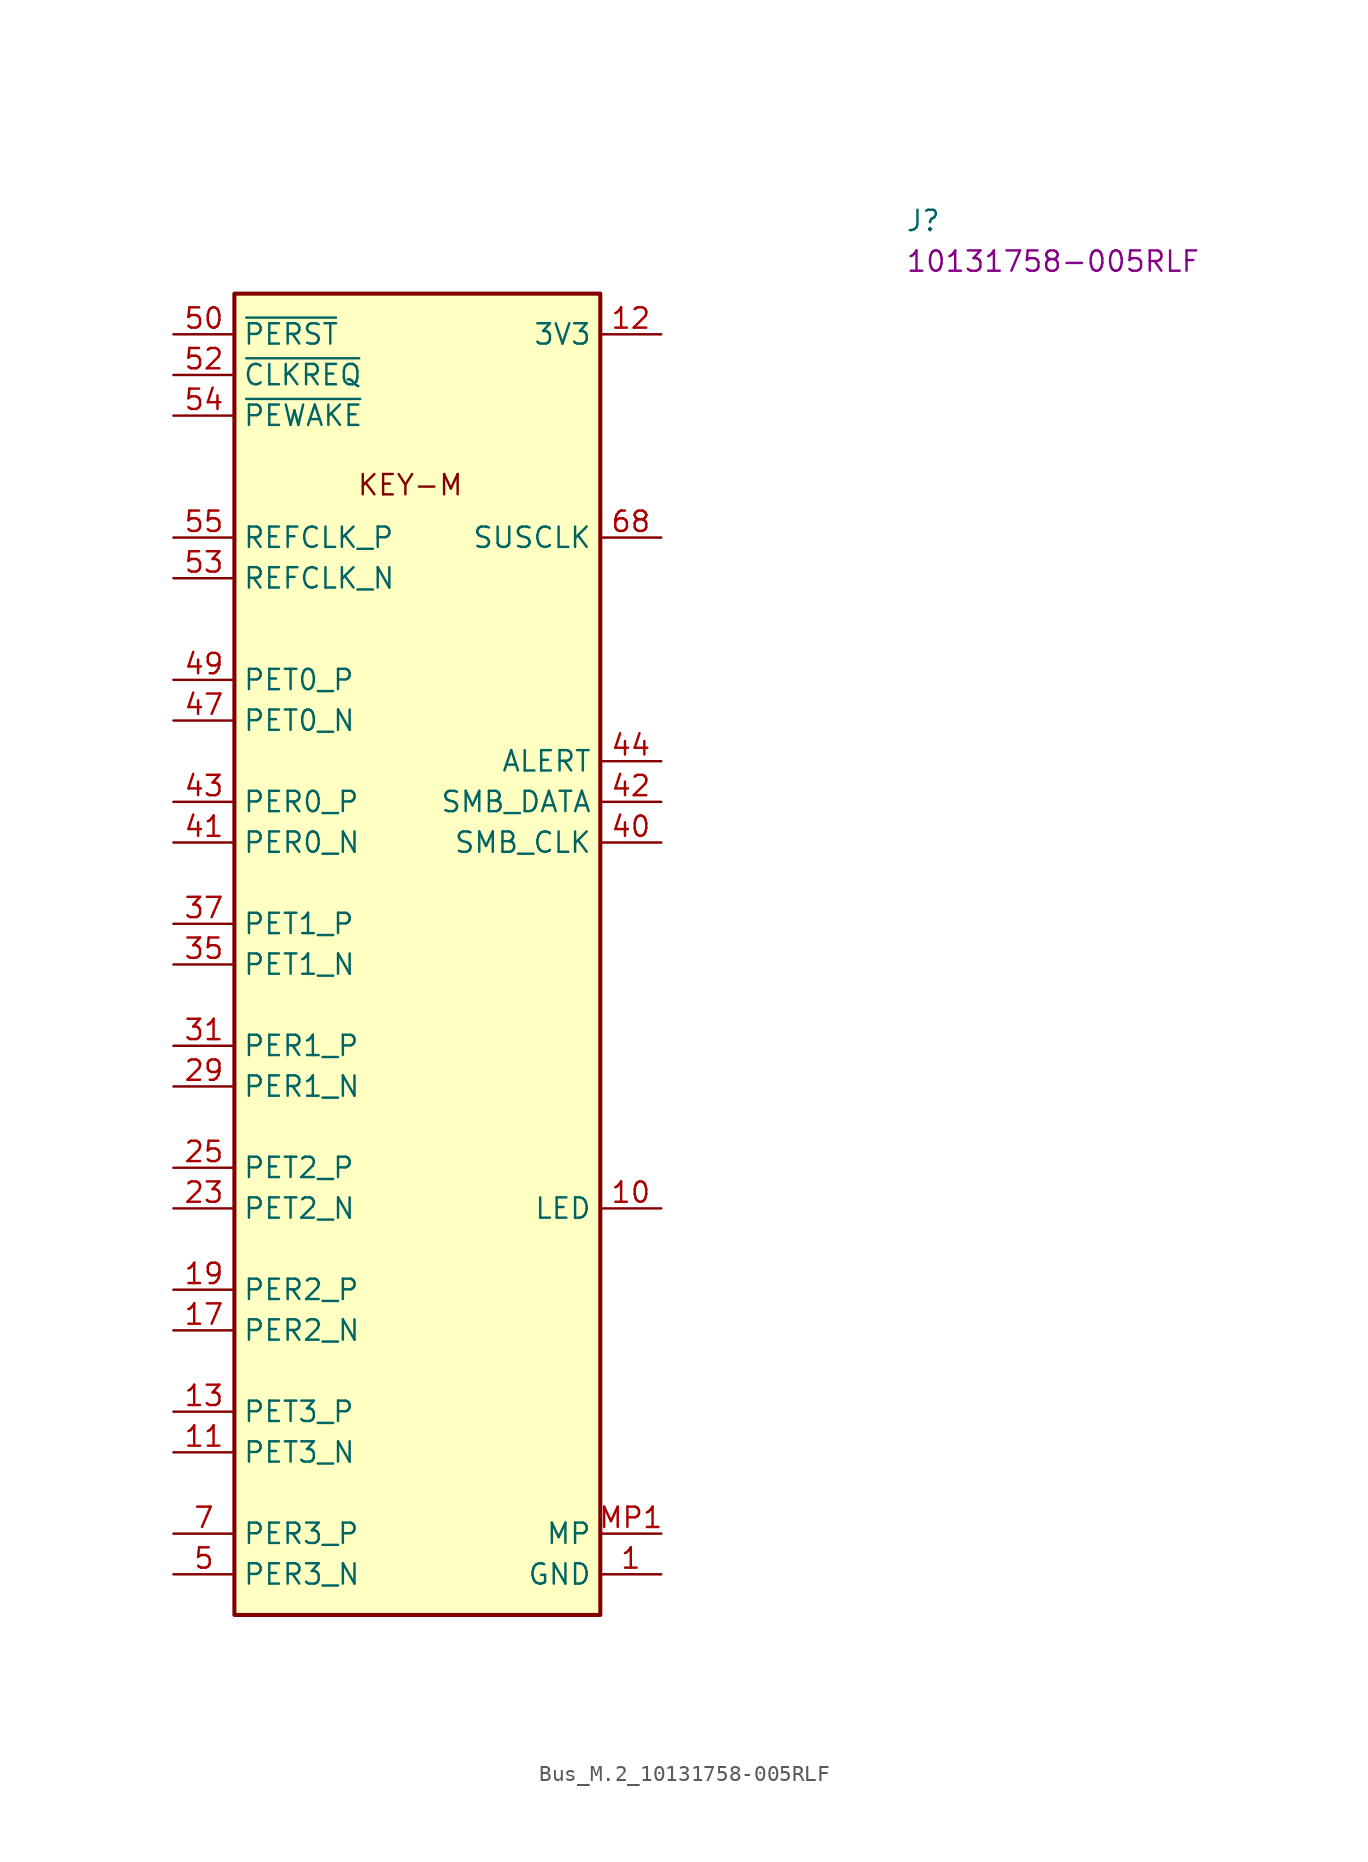
<source format=kicad_sym>
(kicad_symbol_lib
  (version 20220914)
  (generator kicad_symbol_editor)
  (symbol "Bus_M.2_10131758-005RLF"
    (property "Reference" "J"
      (at 45.72 6.35 0)
      (effects (font (size 1.27 1.27) (thickness 0.15)) (justify left bottom)))
    (property "MPN" "10131758-005RLF"
      (at 45.72 3.81 0)
      (effects (font (size 1.27 1.27) (thickness 0.15)) (justify left bottom)))
    (symbol "Bus_M.2_10131758-005RLF_1_1"
      (rectangle (start 3.81 2.54) (end 26.67 -80.01) (stroke (width 0.254) (type default)) (fill (type background)))
      (text "KEY-M" (at 11.43 -10.16 0) (effects (font (size 1.27 1.27) (thickness 0.15)) (justify left bottom)))
      (pin power_in line (at 30.48 -77.47 180) (length 3.81) (name "GND" (effects (font (size 1.27 1.27)))) (number "1" (effects (font (size 1.27 1.27)))))
      (pin passive line (at 30.48 -54.61 180) (length 3.81) (name "LED" (effects (font (size 1.27 1.27)))) (number "10" (effects (font (size 1.27 1.27)))))
      (pin input line (at 0 -69.85 0) (length 3.81) (name "PET3_N" (effects (font (size 1.27 1.27)))) (number "11" (effects (font (size 1.27 1.27)))))
      (pin passive line (at 30.48 0 180) (length 3.81) (name "3V3" (effects (font (size 1.27 1.27)))) (number "12" (effects (font (size 1.27 1.27)))))
      (pin input line (at 0 -67.31 0) (length 3.81) (name "PET3_P" (effects (font (size 1.27 1.27)))) (number "13" (effects (font (size 1.27 1.27)))))
      (pin passive line (at 30.48 0 180) (length 3.81) hide (name "3V3" (effects (font (size 1.27 1.27)))) (number "14" (effects (font (size 1.27 1.27)))))
      (pin passive line (at 30.48 -77.47 180) (length 3.81) hide (name "GND" (effects (font (size 1.27 1.27)))) (number "15" (effects (font (size 1.27 1.27)))))
      (pin passive line (at 30.48 0 180) (length 3.81) hide (name "3V3" (effects (font (size 1.27 1.27)))) (number "16" (effects (font (size 1.27 1.27)))))
      (pin output line (at 0 -62.23 0) (length 3.81) (name "PER2_N" (effects (font (size 1.27 1.27)))) (number "17" (effects (font (size 1.27 1.27)))))
      (pin passive line (at 30.48 0 180) (length 3.81) hide (name "3V3" (effects (font (size 1.27 1.27)))) (number "18" (effects (font (size 1.27 1.27)))))
      (pin output line (at 0 -59.69 0) (length 3.81) (name "PER2_P" (effects (font (size 1.27 1.27)))) (number "19" (effects (font (size 1.27 1.27)))))
      (pin passive line (at 30.48 0 180) (length 3.81) hide (name "3V3" (effects (font (size 1.27 1.27)))) (number "2" (effects (font (size 1.27 1.27)))))
      (pin no_connect line (at 26.67 -44.45 180) (length 3.81) hide (name "NC" (effects (font (size 1.27 1.27)))) (number "20" (effects (font (size 1.27 1.27)))))
      (pin passive line (at 30.48 -77.47 180) (length 3.81) hide (name "GND" (effects (font (size 1.27 1.27)))) (number "21" (effects (font (size 1.27 1.27)))))
      (pin no_connect line (at 26.67 -45.72 180) (length 3.81) hide (name "NC" (effects (font (size 1.27 1.27)))) (number "22" (effects (font (size 1.27 1.27)))))
      (pin input line (at 0 -54.61 0) (length 3.81) (name "PET2_N" (effects (font (size 1.27 1.27)))) (number "23" (effects (font (size 1.27 1.27)))))
      (pin no_connect line (at 26.67 -46.99 180) (length 3.81) hide (name "NC" (effects (font (size 1.27 1.27)))) (number "24" (effects (font (size 1.27 1.27)))))
      (pin input line (at 0 -52.07 0) (length 3.81) (name "PET2_P" (effects (font (size 1.27 1.27)))) (number "25" (effects (font (size 1.27 1.27)))))
      (pin no_connect line (at 26.67 -59.69 180) (length 3.81) hide (name "NC" (effects (font (size 1.27 1.27)))) (number "26" (effects (font (size 1.27 1.27)))))
      (pin passive line (at 30.48 -77.47 180) (length 3.81) hide (name "GND" (effects (font (size 1.27 1.27)))) (number "27" (effects (font (size 1.27 1.27)))))
      (pin no_connect line (at 26.67 -60.96 180) (length 3.81) hide (name "NC" (effects (font (size 1.27 1.27)))) (number "28" (effects (font (size 1.27 1.27)))))
      (pin output line (at 0 -46.99 0) (length 3.81) (name "PER1_N" (effects (font (size 1.27 1.27)))) (number "29" (effects (font (size 1.27 1.27)))))
      (pin passive line (at 30.48 -77.47 180) (length 3.81) hide (name "GND" (effects (font (size 1.27 1.27)))) (number "3" (effects (font (size 1.27 1.27)))))
      (pin no_connect line (at 26.67 -62.23 180) (length 3.81) hide (name "NC" (effects (font (size 1.27 1.27)))) (number "30" (effects (font (size 1.27 1.27)))))
      (pin output line (at 0 -44.45 0) (length 3.81) (name "PER1_P" (effects (font (size 1.27 1.27)))) (number "31" (effects (font (size 1.27 1.27)))))
      (pin no_connect line (at 26.67 -63.5 180) (length 3.81) hide (name "NC" (effects (font (size 1.27 1.27)))) (number "32" (effects (font (size 1.27 1.27)))))
      (pin passive line (at 30.48 -77.47 180) (length 3.81) hide (name "GND" (effects (font (size 1.27 1.27)))) (number "33" (effects (font (size 1.27 1.27)))))
      (pin no_connect line (at 26.67 -66.04 180) (length 3.81) hide (name "NC" (effects (font (size 1.27 1.27)))) (number "34" (effects (font (size 1.27 1.27)))))
      (pin input line (at 0 -39.37 0) (length 3.81) (name "PET1_N" (effects (font (size 1.27 1.27)))) (number "35" (effects (font (size 1.27 1.27)))))
      (pin no_connect line (at 26.67 -67.31 180) (length 3.81) hide (name "NC" (effects (font (size 1.27 1.27)))) (number "36" (effects (font (size 1.27 1.27)))))
      (pin input line (at 0 -36.83 0) (length 3.81) (name "PET1_P" (effects (font (size 1.27 1.27)))) (number "37" (effects (font (size 1.27 1.27)))))
      (pin no_connect line (at 26.67 -69.85 180) (length 3.81) hide (name "NC" (effects (font (size 1.27 1.27)))) (number "38" (effects (font (size 1.27 1.27)))))
      (pin passive line (at 30.48 -77.47 180) (length 3.81) hide (name "GND" (effects (font (size 1.27 1.27)))) (number "39" (effects (font (size 1.27 1.27)))))
      (pin passive line (at 30.48 0 180) (length 3.81) hide (name "3V3" (effects (font (size 1.27 1.27)))) (number "4" (effects (font (size 1.27 1.27)))))
      (pin input line (at 30.48 -31.75 180) (length 3.81) (name "SMB_CLK" (effects (font (size 1.27 1.27)))) (number "40" (effects (font (size 1.27 1.27)))))
      (pin output line (at 0 -31.75 0) (length 3.81) (name "PER0_N" (effects (font (size 1.27 1.27)))) (number "41" (effects (font (size 1.27 1.27)))))
      (pin bidirectional line (at 30.48 -29.21 180) (length 3.81) (name "SMB_DATA" (effects (font (size 1.27 1.27)))) (number "42" (effects (font (size 1.27 1.27)))))
      (pin output line (at 0 -29.21 0) (length 3.81) (name "PER0_P" (effects (font (size 1.27 1.27)))) (number "43" (effects (font (size 1.27 1.27)))))
      (pin output line (at 30.48 -26.67 180) (length 3.81) (name "ALERT" (effects (font (size 1.27 1.27)))) (number "44" (effects (font (size 1.27 1.27)))))
      (pin passive line (at 30.48 -77.47 180) (length 3.81) hide (name "GND" (effects (font (size 1.27 1.27)))) (number "45" (effects (font (size 1.27 1.27)))))
      (pin no_connect line (at 26.67 -68.58 180) (length 3.81) hide (name "NC" (effects (font (size 1.27 1.27)))) (number "46" (effects (font (size 1.27 1.27)))))
      (pin input line (at 0 -24.13 0) (length 3.81) (name "PET0_N" (effects (font (size 1.27 1.27)))) (number "47" (effects (font (size 1.27 1.27)))))
      (pin no_connect line (at 26.67 -41.91 180) (length 3.81) hide (name "NC" (effects (font (size 1.27 1.27)))) (number "48" (effects (font (size 1.27 1.27)))))
      (pin input line (at 0 -21.59 0) (length 3.81) (name "PET0_P" (effects (font (size 1.27 1.27)))) (number "49" (effects (font (size 1.27 1.27)))))
      (pin output line (at 0 -77.47 0) (length 3.81) (name "PER3_N" (effects (font (size 1.27 1.27)))) (number "5" (effects (font (size 1.27 1.27)))))
      (pin input line (at 0 0 0) (length 3.81) (name "~{PERST}" (effects (font (size 1.27 1.27)))) (number "50" (effects (font (size 1.27 1.27)))))
      (pin passive line (at 30.48 -77.47 180) (length 3.81) hide (name "GND" (effects (font (size 1.27 1.27)))) (number "51" (effects (font (size 1.27 1.27)))))
      (pin output line (at 0 -2.54 0) (length 3.81) (name "~{CLKREQ}" (effects (font (size 1.27 1.27)))) (number "52" (effects (font (size 1.27 1.27)))))
      (pin input line (at 0 -15.24 0) (length 3.81) (name "REFCLK_N" (effects (font (size 1.27 1.27)))) (number "53" (effects (font (size 1.27 1.27)))))
      (pin input line (at 0 -5.08 0) (length 3.81) (name "~{PEWAKE}" (effects (font (size 1.27 1.27)))) (number "54" (effects (font (size 1.27 1.27)))))
      (pin input line (at 0 -12.7 0) (length 3.81) (name "REFCLK_P" (effects (font (size 1.27 1.27)))) (number "55" (effects (font (size 1.27 1.27)))))
      (pin no_connect line (at 26.67 -43.18 180) (length 3.81) hide (name "NC" (effects (font (size 1.27 1.27)))) (number "56" (effects (font (size 1.27 1.27)))))
      (pin passive line (at 30.48 -77.47 180) (length 3.81) hide (name "GND" (effects (font (size 1.27 1.27)))) (number "57" (effects (font (size 1.27 1.27)))))
      (pin no_connect line (at 26.67 -71.12 180) (length 3.81) hide (name "NC" (effects (font (size 1.27 1.27)))) (number "58" (effects (font (size 1.27 1.27)))))
      (pin no_connect line (at 26.67 -39.37 180) (length 3.81) hide (name "NC" (effects (font (size 1.27 1.27)))) (number "6" (effects (font (size 1.27 1.27)))))
      (pin no_connect line (at 26.67 -40.64 180) (length 3.81) hide (name "NC" (effects (font (size 1.27 1.27)))) (number "67" (effects (font (size 1.27 1.27)))))
      (pin input line (at 30.48 -12.7 180) (length 3.81) (name "SUSCLK" (effects (font (size 1.27 1.27)))) (number "68" (effects (font (size 1.27 1.27)))))
      (pin no_connect line (at 26.67 -38.1 180) (length 3.81) hide (name "NC" (effects (font (size 1.27 1.27)))) (number "69" (effects (font (size 1.27 1.27)))))
      (pin output line (at 0 -74.93 0) (length 3.81) (name "PER3_P" (effects (font (size 1.27 1.27)))) (number "7" (effects (font (size 1.27 1.27)))))
      (pin passive line (at 30.48 0 180) (length 3.81) hide (name "3V3" (effects (font (size 1.27 1.27)))) (number "70" (effects (font (size 1.27 1.27)))))
      (pin passive line (at 30.48 -77.47 180) (length 3.81) hide (name "GND" (effects (font (size 1.27 1.27)))) (number "71" (effects (font (size 1.27 1.27)))))
      (pin passive line (at 30.48 0 180) (length 3.81) hide (name "3V3" (effects (font (size 1.27 1.27)))) (number "72" (effects (font (size 1.27 1.27)))))
      (pin passive line (at 30.48 -77.47 180) (length 3.81) hide (name "GND" (effects (font (size 1.27 1.27)))) (number "73" (effects (font (size 1.27 1.27)))))
      (pin passive line (at 30.48 0 180) (length 3.81) hide (name "3V3" (effects (font (size 1.27 1.27)))) (number "74" (effects (font (size 1.27 1.27)))))
      (pin passive line (at 30.48 -77.47 180) (length 3.81) hide (name "GND" (effects (font (size 1.27 1.27)))) (number "75" (effects (font (size 1.27 1.27)))))
      (pin no_connect line (at 26.67 -64.77 180) (length 3.81) hide (name "NC" (effects (font (size 1.27 1.27)))) (number "8" (effects (font (size 1.27 1.27)))))
      (pin passive line (at 30.48 -77.47 180) (length 3.81) hide (name "GND" (effects (font (size 1.27 1.27)))) (number "9" (effects (font (size 1.27 1.27)))))
      (pin passive line (at 30.48 -74.93 180) (length 3.81) (name "MP" (effects (font (size 1.27 1.27)))) (number "MP1" (effects (font (size 1.27 1.27)))))
      (pin passive line (at 30.48 -74.93 180) (length 3.81) hide (name "MP" (effects (font (size 1.27 1.27)))) (number "MP2" (effects (font (size 1.27 1.27))))))))
</source>
